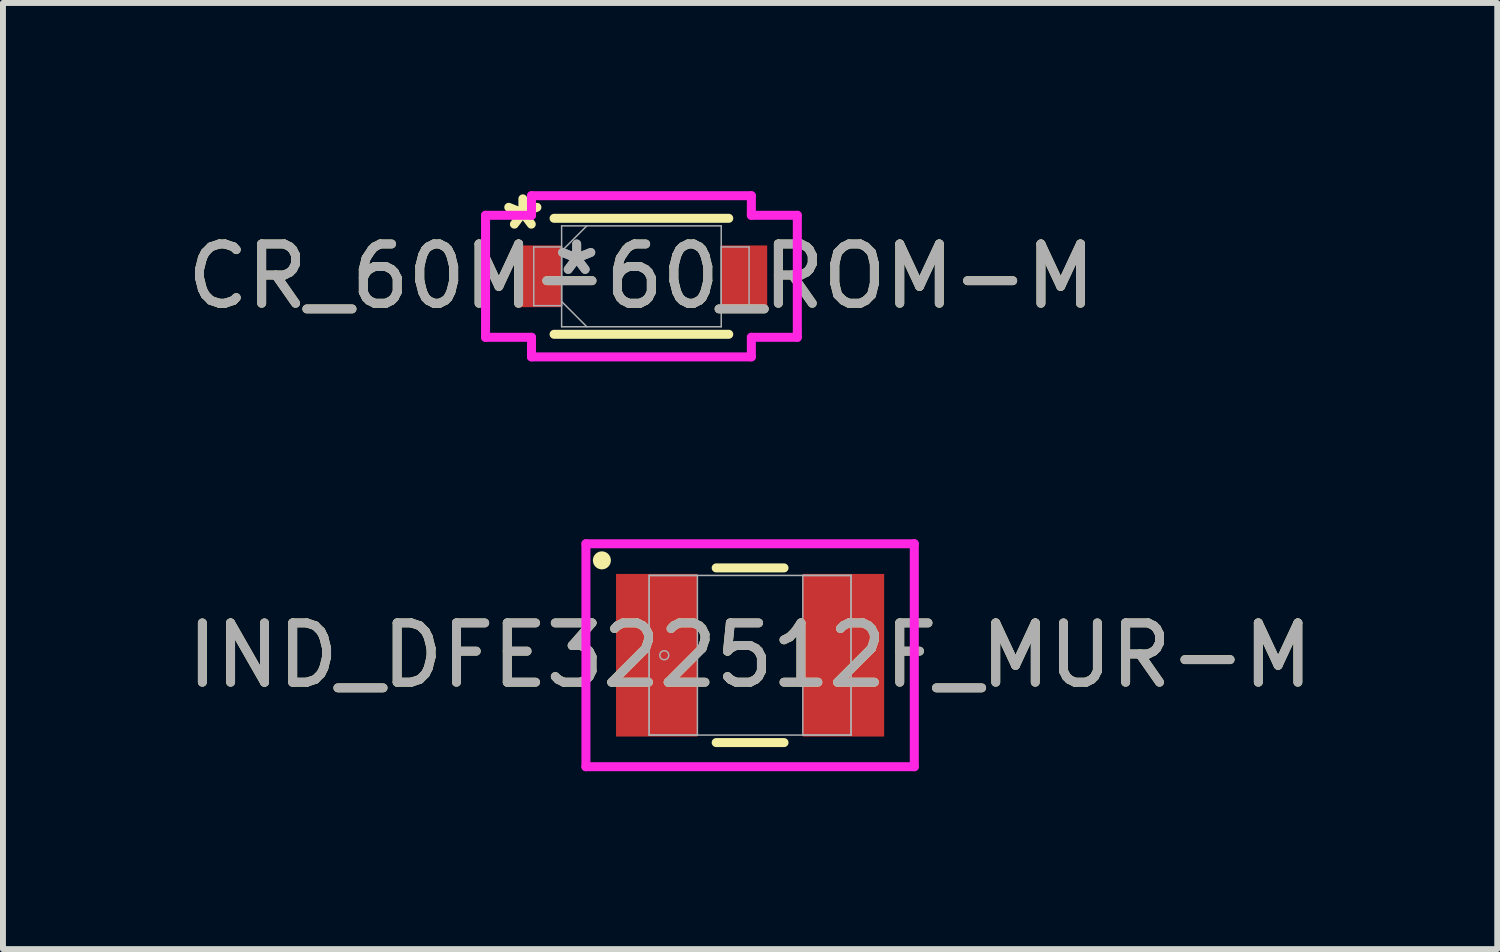
<source format=kicad_pcb>
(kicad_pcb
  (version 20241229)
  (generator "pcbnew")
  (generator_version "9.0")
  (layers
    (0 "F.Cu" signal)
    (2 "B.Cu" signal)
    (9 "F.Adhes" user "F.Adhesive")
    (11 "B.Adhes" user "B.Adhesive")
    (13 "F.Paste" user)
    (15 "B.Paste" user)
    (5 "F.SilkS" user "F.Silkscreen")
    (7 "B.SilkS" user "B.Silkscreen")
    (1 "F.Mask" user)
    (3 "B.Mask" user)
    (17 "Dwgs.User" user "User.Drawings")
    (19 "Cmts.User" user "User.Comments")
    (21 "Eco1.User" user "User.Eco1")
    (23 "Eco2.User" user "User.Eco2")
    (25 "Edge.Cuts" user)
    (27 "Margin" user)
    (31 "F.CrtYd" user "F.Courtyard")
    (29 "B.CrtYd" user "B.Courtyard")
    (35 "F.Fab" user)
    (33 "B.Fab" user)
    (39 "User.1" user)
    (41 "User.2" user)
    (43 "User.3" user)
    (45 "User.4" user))
  (footprint "IND_DFE322512F_MUR-M"
    (layer "F.Cu")
    (at 9.601 8.001)
    (property "Reference" "IND_DFE322512F_MUR-M" (at 0 0 0) (unlocked yes) (layer "F.SilkS") (effects (font (size 1 1) (thickness 0.15))))
    (attr smd)
    (fp_line (start -0.572 1.473) (end 0.572 1.473) (stroke (width 0.152) (type solid)) (layer "F.SilkS"))
    (fp_line (start 0.572 -1.473) (end -0.572 -1.473) (stroke (width 0.152) (type solid)) (layer "F.SilkS"))
    (fp_circle (center -2.5 -1.6) (end -2.424 -1.6) (stroke (width 0.152) (type solid)) (fill no) (layer "F.SilkS"))
    (fp_line (start -2.769 -1.88) (end 2.769 -1.88) (stroke (width 0.152) (type solid)) (layer "F.CrtYd"))
    (fp_line (start -2.769 1.88) (end -2.769 -1.88) (stroke (width 0.152) (type solid)) (layer "F.CrtYd"))
    (fp_line (start 2.769 -1.88) (end 2.769 1.88) (stroke (width 0.152) (type solid)) (layer "F.CrtYd"))
    (fp_line (start 2.769 1.88) (end -2.769 1.88) (stroke (width 0.152) (type solid)) (layer "F.CrtYd"))
    (fp_line (start -1.702 -1.346) (end -1.702 1.346) (stroke (width 0.025) (type solid)) (layer "F.Fab"))
    (fp_line (start -1.702 -1.346) (end -1.702 1.346) (stroke (width 0.025) (type solid)) (layer "F.Fab"))
    (fp_line (start -1.702 1.346) (end -0.889 1.346) (stroke (width 0.025) (type solid)) (layer "F.Fab"))
    (fp_line (start -1.702 1.346) (end 1.702 1.346) (stroke (width 0.025) (type solid)) (layer "F.Fab"))
    (fp_line (start -0.889 -1.346) (end -1.702 -1.346) (stroke (width 0.025) (type solid)) (layer "F.Fab"))
    (fp_line (start -0.889 1.346) (end -0.889 -1.346) (stroke (width 0.025) (type solid)) (layer "F.Fab"))
    (fp_line (start 0.889 -1.346) (end 0.889 1.346) (stroke (width 0.025) (type solid)) (layer "F.Fab"))
    (fp_line (start 0.889 1.346) (end 1.702 1.346) (stroke (width 0.025) (type solid)) (layer "F.Fab"))
    (fp_line (start 1.702 -1.346) (end -1.702 -1.346) (stroke (width 0.025) (type solid)) (layer "F.Fab"))
    (fp_line (start 1.702 -1.346) (end 0.889 -1.346) (stroke (width 0.025) (type solid)) (layer "F.Fab"))
    (fp_line (start 1.702 1.346) (end 1.702 -1.346) (stroke (width 0.025) (type solid)) (layer "F.Fab"))
    (fp_line (start 1.702 1.346) (end 1.702 -1.346) (stroke (width 0.025) (type solid)) (layer "F.Fab"))
    (fp_circle (center -1.448 0) (end -1.372 0) (stroke (width 0.025) (type solid)) (fill no) (layer "F.Fab"))
    (fp_text user "${REFERENCE}" (at 0 0 0) (unlocked yes) (layer "F.Fab") (effects (font (size 1 1) (thickness 0.15))))
    (pad "1" smd rect (at -1.575 0) (size 1.372 2.743) (layers "F.Cu" "F.Mask" "F.Paste"))
    (pad "2" smd rect (at 1.575 0) (size 1.372 2.743) (layers "F.Cu" "F.Mask" "F.Paste"))
    (zone (net_name "") (layer "F.Cu") (hatch full 0.508) (connect_pads) (min_thickness 0.254) (filled_areas_thickness no) (keepout (tracks not_allowed) (vias not_allowed) (pads allowed) (copperpour not_allowed) (footprints allowed)) (placement (enabled no)) (fill) (polygon (pts (xy 8.763 6.706) (xy 10.439 6.706) (xy 10.439 9.297) (xy 8.763 9.297)))))
  (footprint "CR_60M-60_ROM-M"
    (layer "F.Cu")
    (at 7.768 1.61)
    (property "Reference" "CR_60M-60_ROM-M" (at 0 0 0) (unlocked yes) (layer "F.SilkS") (effects (font (size 1 1) (thickness 0.15))))
    (attr smd)
    (fp_line (start -1.473 0.978) (end 1.473 0.978) (stroke (width 0.152) (type solid)) (layer "F.SilkS"))
    (fp_line (start 1.473 -0.978) (end -1.473 -0.978) (stroke (width 0.152) (type solid)) (layer "F.SilkS"))
    (fp_line (start -2.629 -1.029) (end -1.854 -1.029) (stroke (width 0.152) (type solid)) (layer "F.CrtYd"))
    (fp_line (start -2.629 1.029) (end -2.629 -1.029) (stroke (width 0.152) (type solid)) (layer "F.CrtYd"))
    (fp_line (start -1.854 -1.359) (end 1.854 -1.359) (stroke (width 0.152) (type solid)) (layer "F.CrtYd"))
    (fp_line (start -1.854 -1.029) (end -1.854 -1.359) (stroke (width 0.152) (type solid)) (layer "F.CrtYd"))
    (fp_line (start -1.854 1.029) (end -2.629 1.029) (stroke (width 0.152) (type solid)) (layer "F.CrtYd"))
    (fp_line (start -1.854 1.359) (end -1.854 1.029) (stroke (width 0.152) (type solid)) (layer "F.CrtYd"))
    (fp_line (start 1.854 -1.359) (end 1.854 -1.029) (stroke (width 0.152) (type solid)) (layer "F.CrtYd"))
    (fp_line (start 1.854 -1.029) (end 2.629 -1.029) (stroke (width 0.152) (type solid)) (layer "F.CrtYd"))
    (fp_line (start 1.854 1.029) (end 1.854 1.359) (stroke (width 0.152) (type solid)) (layer "F.CrtYd"))
    (fp_line (start 1.854 1.359) (end -1.854 1.359) (stroke (width 0.152) (type solid)) (layer "F.CrtYd"))
    (fp_line (start 2.629 -1.029) (end 2.629 1.029) (stroke (width 0.152) (type solid)) (layer "F.CrtYd"))
    (fp_line (start 2.629 1.029) (end 1.854 1.029) (stroke (width 0.152) (type solid)) (layer "F.CrtYd"))
    (fp_line (start -1.816 -0.495) (end -1.816 0.495) (stroke (width 0.025) (type solid)) (layer "F.Fab"))
    (fp_line (start -1.816 0.495) (end -1.346 0.495) (stroke (width 0.025) (type solid)) (layer "F.Fab"))
    (fp_line (start -1.346 -0.851) (end -1.346 0.851) (stroke (width 0.025) (type solid)) (layer "F.Fab"))
    (fp_line (start -1.346 -0.495) (end -1.816 -0.495) (stroke (width 0.025) (type solid)) (layer "F.Fab"))
    (fp_line (start -1.346 -0.425) (end -0.921 -0.851) (stroke (width 0.025) (type solid)) (layer "F.Fab"))
    (fp_line (start -1.346 0.425) (end -0.921 0.851) (stroke (width 0.025) (type solid)) (layer "F.Fab"))
    (fp_line (start -1.346 0.495) (end -1.346 -0.495) (stroke (width 0.025) (type solid)) (layer "F.Fab"))
    (fp_line (start -1.346 0.851) (end 1.346 0.851) (stroke (width 0.025) (type solid)) (layer "F.Fab"))
    (fp_line (start 1.346 -0.851) (end -1.346 -0.851) (stroke (width 0.025) (type solid)) (layer "F.Fab"))
    (fp_line (start 1.346 -0.495) (end 1.346 0.495) (stroke (width 0.025) (type solid)) (layer "F.Fab"))
    (fp_line (start 1.346 0.495) (end 1.816 0.495) (stroke (width 0.025) (type solid)) (layer "F.Fab"))
    (fp_line (start 1.346 0.851) (end 1.346 -0.851) (stroke (width 0.025) (type solid)) (layer "F.Fab"))
    (fp_line (start 1.816 -0.495) (end 1.346 -0.495) (stroke (width 0.025) (type solid)) (layer "F.Fab"))
    (fp_line (start 1.816 0.495) (end 1.816 -0.495) (stroke (width 0.025) (type solid)) (layer "F.Fab"))
    (fp_text user "*" (at -2 -0.762 0) (unlocked yes) (layer "F.SilkS") (effects (font (size 1 1) (thickness 0.15))))
    (fp_text user "*" (at -1.092 0 0) (unlocked yes) (layer "F.Fab") (effects (font (size 1 1) (thickness 0.15))))
    (fp_text user "*" (at -1.092 0 0) (layer "F.Fab") (effects (font (size 1 1) (thickness 0.15))))
    (fp_text user "${REFERENCE}" (at 0 0 0) (unlocked yes) (layer "F.Fab") (effects (font (size 1 1) (thickness 0.15))))
    (pad "1" smd rect (at -1.74 0) (size 0.762 1.041) (layers "F.Cu" "F.Mask" "F.Paste"))
    (pad "2" smd rect (at 1.74 0) (size 0.762 1.041) (layers "F.Cu" "F.Mask" "F.Paste"))
    (zone (net_name "") (layer "F.Cu") (hatch full 0.508) (connect_pads) (min_thickness 0.254) (filled_areas_thickness no) (keepout (tracks not_allowed) (vias not_allowed) (pads allowed) (copperpour not_allowed) (footprints allowed)) (placement (enabled no)) (fill) (polygon (pts (xy 6.46 0.81) (xy 9.076 0.81) (xy 9.076 2.41) (xy 6.46 2.41)))))
  (gr_rect
    (start -3 -3)
    (end 22.202 12.957)
    (stroke (width 0.1) (type default))
    (fill no)
    (layer "Edge.Cuts")))
</source>
